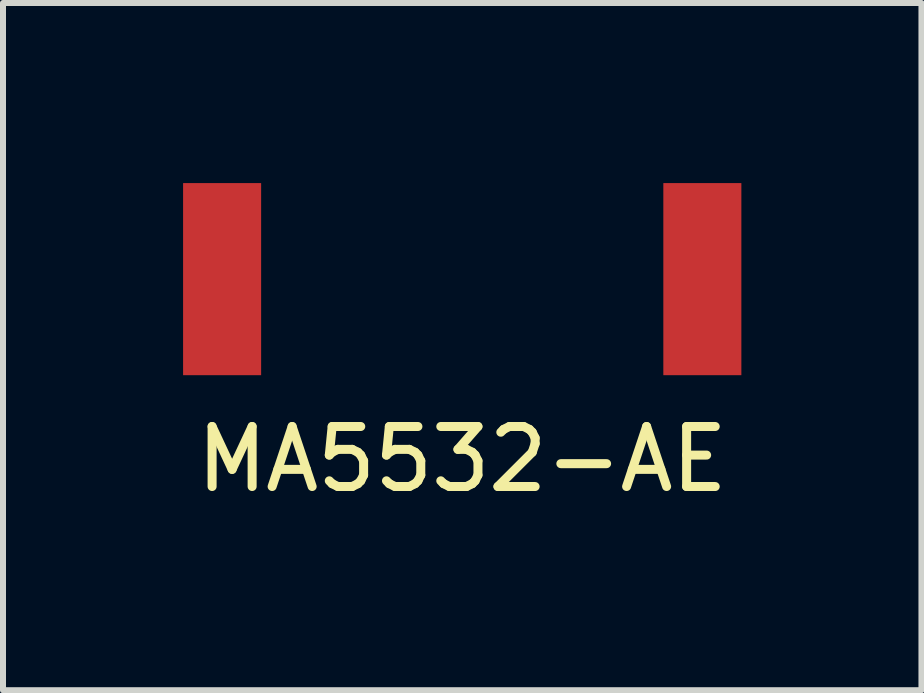
<source format=kicad_pcb>
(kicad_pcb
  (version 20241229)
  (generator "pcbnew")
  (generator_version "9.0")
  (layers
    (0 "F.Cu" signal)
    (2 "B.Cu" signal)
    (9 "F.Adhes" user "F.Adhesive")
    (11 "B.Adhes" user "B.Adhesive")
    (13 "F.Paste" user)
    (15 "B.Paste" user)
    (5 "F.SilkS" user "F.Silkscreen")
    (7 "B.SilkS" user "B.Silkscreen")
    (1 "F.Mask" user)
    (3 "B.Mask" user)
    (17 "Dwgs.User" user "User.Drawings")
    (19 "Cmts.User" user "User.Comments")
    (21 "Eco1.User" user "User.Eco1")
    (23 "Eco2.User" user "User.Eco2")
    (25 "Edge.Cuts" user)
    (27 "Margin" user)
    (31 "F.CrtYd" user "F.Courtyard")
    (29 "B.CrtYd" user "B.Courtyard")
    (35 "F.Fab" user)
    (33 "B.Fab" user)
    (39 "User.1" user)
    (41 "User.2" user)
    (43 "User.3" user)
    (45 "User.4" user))
  (footprint "MA5532-AE"
    (layer "F.Cu")
    (at 4.65 1.6)
    (property "Reference" "MA5532-AE" (at 0 3 0) (layer "F.SilkS") (effects (font (size 1 1) (thickness 0.15))))
    (attr through_hole)
    (pad "1" smd rect (at -4 0) (size 1.3 3.2) (layers "F.Cu" "F.Mask" "F.Paste"))
    (pad "2" smd rect (at 4 0) (size 1.3 3.2) (layers "F.Cu" "F.Mask" "F.Paste")))
  (gr_rect
    (start -3 -3)
    (end 12.3 8.448)
    (stroke (width 0.1) (type default))
    (fill no)
    (layer "Edge.Cuts")))
</source>
